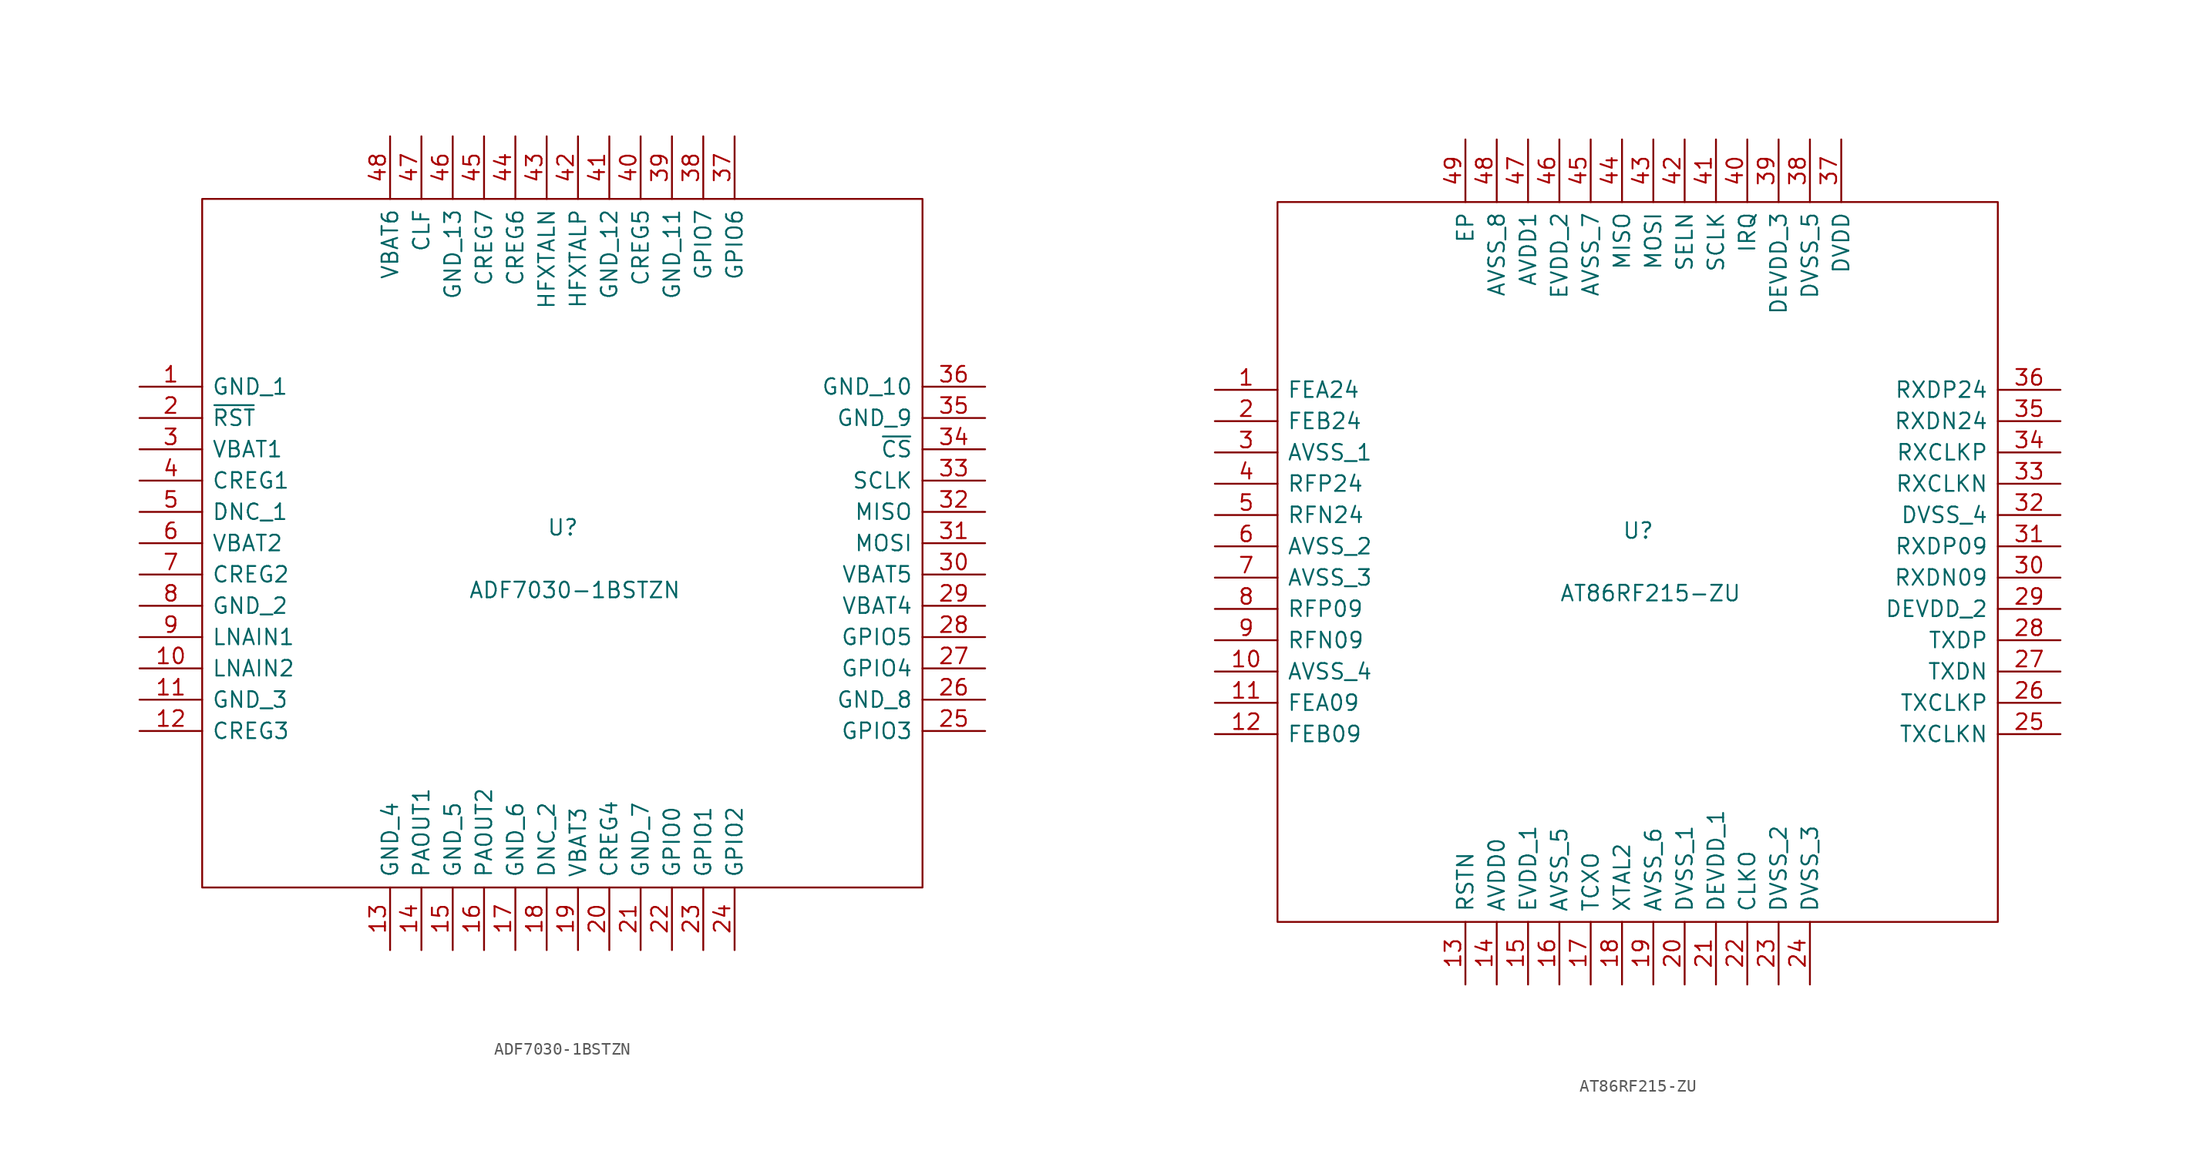
<source format=kicad_sym>
(kicad_symbol_lib
  (version 20211014)
  (generator kicad_symbol_editor)
  (symbol "ADF7030-1BSTZN"
    (pin_names
      (offset 0.762))
    (property "Reference" "U"
      (at -1.27 2.54 0)
      (effects (font (size 1.27 1.27)) (justify left)))
    (property "Value" "ADF7030-1BSTZN"
      (at -7.62 -2.54 0)
      (effects (font (size 1.27 1.27)) (justify left)))
    (symbol "ADF7030-1BSTZN_0_0"
      (pin passive line (at -34.29 13.97 0) (length 5.08) (name "GND_1" (effects (font (size 1.27 1.27)))) (number "1" (effects (font (size 1.27 1.27)))))
      (pin passive line (at -34.29 -8.89 0) (length 5.08) (name "LNAIN2" (effects (font (size 1.27 1.27)))) (number "10" (effects (font (size 1.27 1.27)))))
      (pin passive line (at -34.29 -11.43 0) (length 5.08) (name "GND_3" (effects (font (size 1.27 1.27)))) (number "11" (effects (font (size 1.27 1.27)))))
      (pin passive line (at -34.29 -13.97 0) (length 5.08) (name "CREG3" (effects (font (size 1.27 1.27)))) (number "12" (effects (font (size 1.27 1.27)))))
      (pin passive line (at -13.97 -31.75 90) (length 5.08) (name "GND_4" (effects (font (size 1.27 1.27)))) (number "13" (effects (font (size 1.27 1.27)))))
      (pin passive line (at -11.43 -31.75 90) (length 5.08) (name "PAOUT1" (effects (font (size 1.27 1.27)))) (number "14" (effects (font (size 1.27 1.27)))))
      (pin passive line (at -8.89 -31.75 90) (length 5.08) (name "GND_5" (effects (font (size 1.27 1.27)))) (number "15" (effects (font (size 1.27 1.27)))))
      (pin passive line (at -6.35 -31.75 90) (length 5.08) (name "PAOUT2" (effects (font (size 1.27 1.27)))) (number "16" (effects (font (size 1.27 1.27)))))
      (pin passive line (at -3.81 -31.75 90) (length 5.08) (name "GND_6" (effects (font (size 1.27 1.27)))) (number "17" (effects (font (size 1.27 1.27)))))
      (pin passive line (at -1.27 -31.75 90) (length 5.08) (name "DNC_2" (effects (font (size 1.27 1.27)))) (number "18" (effects (font (size 1.27 1.27)))))
      (pin passive line (at 1.27 -31.75 90) (length 5.08) (name "VBAT3" (effects (font (size 1.27 1.27)))) (number "19" (effects (font (size 1.27 1.27)))))
      (pin passive line (at -34.29 11.43 0) (length 5.08) (name "~{RST}" (effects (font (size 1.27 1.27)))) (number "2" (effects (font (size 1.27 1.27)))))
      (pin passive line (at 3.81 -31.75 90) (length 5.08) (name "CREG4" (effects (font (size 1.27 1.27)))) (number "20" (effects (font (size 1.27 1.27)))))
      (pin passive line (at 6.35 -31.75 90) (length 5.08) (name "GND_7" (effects (font (size 1.27 1.27)))) (number "21" (effects (font (size 1.27 1.27)))))
      (pin passive line (at 8.89 -31.75 90) (length 5.08) (name "GPIO0" (effects (font (size 1.27 1.27)))) (number "22" (effects (font (size 1.27 1.27)))))
      (pin passive line (at 11.43 -31.75 90) (length 5.08) (name "GPIO1" (effects (font (size 1.27 1.27)))) (number "23" (effects (font (size 1.27 1.27)))))
      (pin passive line (at 13.97 -31.75 90) (length 5.08) (name "GPIO2" (effects (font (size 1.27 1.27)))) (number "24" (effects (font (size 1.27 1.27)))))
      (pin passive line (at 34.29 -13.97 180) (length 5.08) (name "GPIO3" (effects (font (size 1.27 1.27)))) (number "25" (effects (font (size 1.27 1.27)))))
      (pin passive line (at 34.29 -11.43 180) (length 5.08) (name "GND_8" (effects (font (size 1.27 1.27)))) (number "26" (effects (font (size 1.27 1.27)))))
      (pin passive line (at 34.29 -8.89 180) (length 5.08) (name "GPIO4" (effects (font (size 1.27 1.27)))) (number "27" (effects (font (size 1.27 1.27)))))
      (pin passive line (at 34.29 -6.35 180) (length 5.08) (name "GPIO5" (effects (font (size 1.27 1.27)))) (number "28" (effects (font (size 1.27 1.27)))))
      (pin passive line (at 34.29 -3.81 180) (length 5.08) (name "VBAT4" (effects (font (size 1.27 1.27)))) (number "29" (effects (font (size 1.27 1.27)))))
      (pin passive line (at -34.29 8.89 0) (length 5.08) (name "VBAT1" (effects (font (size 1.27 1.27)))) (number "3" (effects (font (size 1.27 1.27)))))
      (pin passive line (at 34.29 -1.27 180) (length 5.08) (name "VBAT5" (effects (font (size 1.27 1.27)))) (number "30" (effects (font (size 1.27 1.27)))))
      (pin passive line (at 34.29 1.27 180) (length 5.08) (name "MOSI" (effects (font (size 1.27 1.27)))) (number "31" (effects (font (size 1.27 1.27)))))
      (pin passive line (at 34.29 3.81 180) (length 5.08) (name "MISO" (effects (font (size 1.27 1.27)))) (number "32" (effects (font (size 1.27 1.27)))))
      (pin passive line (at 34.29 6.35 180) (length 5.08) (name "SCLK" (effects (font (size 1.27 1.27)))) (number "33" (effects (font (size 1.27 1.27)))))
      (pin passive line (at 34.29 8.89 180) (length 5.08) (name "~{CS}" (effects (font (size 1.27 1.27)))) (number "34" (effects (font (size 1.27 1.27)))))
      (pin passive line (at 34.29 11.43 180) (length 5.08) (name "GND_9" (effects (font (size 1.27 1.27)))) (number "35" (effects (font (size 1.27 1.27)))))
      (pin passive line (at 34.29 13.97 180) (length 5.08) (name "GND_10" (effects (font (size 1.27 1.27)))) (number "36" (effects (font (size 1.27 1.27)))))
      (pin passive line (at 13.97 34.29 270) (length 5.08) (name "GPIO6" (effects (font (size 1.27 1.27)))) (number "37" (effects (font (size 1.27 1.27)))))
      (pin passive line (at 11.43 34.29 270) (length 5.08) (name "GPIO7" (effects (font (size 1.27 1.27)))) (number "38" (effects (font (size 1.27 1.27)))))
      (pin passive line (at 8.89 34.29 270) (length 5.08) (name "GND_11" (effects (font (size 1.27 1.27)))) (number "39" (effects (font (size 1.27 1.27)))))
      (pin passive line (at -34.29 6.35 0) (length 5.08) (name "CREG1" (effects (font (size 1.27 1.27)))) (number "4" (effects (font (size 1.27 1.27)))))
      (pin passive line (at 6.35 34.29 270) (length 5.08) (name "CREG5" (effects (font (size 1.27 1.27)))) (number "40" (effects (font (size 1.27 1.27)))))
      (pin passive line (at 3.81 34.29 270) (length 5.08) (name "GND_12" (effects (font (size 1.27 1.27)))) (number "41" (effects (font (size 1.27 1.27)))))
      (pin passive line (at 1.27 34.29 270) (length 5.08) (name "HFXTALP" (effects (font (size 1.27 1.27)))) (number "42" (effects (font (size 1.27 1.27)))))
      (pin passive line (at -1.27 34.29 270) (length 5.08) (name "HFXTALN" (effects (font (size 1.27 1.27)))) (number "43" (effects (font (size 1.27 1.27)))))
      (pin passive line (at -3.81 34.29 270) (length 5.08) (name "CREG6" (effects (font (size 1.27 1.27)))) (number "44" (effects (font (size 1.27 1.27)))))
      (pin passive line (at -6.35 34.29 270) (length 5.08) (name "CREG7" (effects (font (size 1.27 1.27)))) (number "45" (effects (font (size 1.27 1.27)))))
      (pin passive line (at -8.89 34.29 270) (length 5.08) (name "GND_13" (effects (font (size 1.27 1.27)))) (number "46" (effects (font (size 1.27 1.27)))))
      (pin passive line (at -11.43 34.29 270) (length 5.08) (name "CLF" (effects (font (size 1.27 1.27)))) (number "47" (effects (font (size 1.27 1.27)))))
      (pin passive line (at -13.97 34.29 270) (length 5.08) (name "VBAT6" (effects (font (size 1.27 1.27)))) (number "48" (effects (font (size 1.27 1.27)))))
      (pin passive line (at -34.29 3.81 0) (length 5.08) (name "DNC_1" (effects (font (size 1.27 1.27)))) (number "5" (effects (font (size 1.27 1.27)))))
      (pin passive line (at -34.29 1.27 0) (length 5.08) (name "VBAT2" (effects (font (size 1.27 1.27)))) (number "6" (effects (font (size 1.27 1.27)))))
      (pin passive line (at -34.29 -1.27 0) (length 5.08) (name "CREG2" (effects (font (size 1.27 1.27)))) (number "7" (effects (font (size 1.27 1.27)))))
      (pin passive line (at -34.29 -3.81 0) (length 5.08) (name "GND_2" (effects (font (size 1.27 1.27)))) (number "8" (effects (font (size 1.27 1.27)))))
      (pin passive line (at -34.29 -6.35 0) (length 5.08) (name "LNAIN1" (effects (font (size 1.27 1.27)))) (number "9" (effects (font (size 1.27 1.27))))))
    (symbol "ADF7030-1BSTZN_0_1"
      (polyline (pts (xy -29.21 29.21) (xy 29.21 29.21) (xy 29.21 -26.67) (xy -29.21 -26.67) (xy -29.21 29.21)) (stroke (width 0.152) (type default) (color 0 0 0 0)) (fill (type none)))))
  (symbol "AT86RF215-ZU"
    (pin_names
      (offset 0.762))
    (property "Reference" "U"
      (at -1.27 2.54 0)
      (effects (font (size 1.27 1.27)) (justify left)))
    (property "Value" "AT86RF215-ZU"
      (at -6.35 -2.54 0)
      (effects (font (size 1.27 1.27)) (justify left)))
    (symbol "AT86RF215-ZU_0_0"
      (pin passive line (at -34.29 13.97 0) (length 5.08) (name "FEA24" (effects (font (size 1.27 1.27)))) (number "1" (effects (font (size 1.27 1.27)))))
      (pin passive line (at -34.29 -8.89 0) (length 5.08) (name "AVSS_4" (effects (font (size 1.27 1.27)))) (number "10" (effects (font (size 1.27 1.27)))))
      (pin passive line (at -34.29 -11.43 0) (length 5.08) (name "FEA09" (effects (font (size 1.27 1.27)))) (number "11" (effects (font (size 1.27 1.27)))))
      (pin passive line (at -34.29 -13.97 0) (length 5.08) (name "FEB09" (effects (font (size 1.27 1.27)))) (number "12" (effects (font (size 1.27 1.27)))))
      (pin passive line (at -13.97 -34.29 90) (length 5.08) (name "RSTN" (effects (font (size 1.27 1.27)))) (number "13" (effects (font (size 1.27 1.27)))))
      (pin passive line (at -11.43 -34.29 90) (length 5.08) (name "AVDD0" (effects (font (size 1.27 1.27)))) (number "14" (effects (font (size 1.27 1.27)))))
      (pin passive line (at -8.89 -34.29 90) (length 5.08) (name "EVDD_1" (effects (font (size 1.27 1.27)))) (number "15" (effects (font (size 1.27 1.27)))))
      (pin passive line (at -6.35 -34.29 90) (length 5.08) (name "AVSS_5" (effects (font (size 1.27 1.27)))) (number "16" (effects (font (size 1.27 1.27)))))
      (pin passive line (at -3.81 -34.29 90) (length 5.08) (name "TCXO" (effects (font (size 1.27 1.27)))) (number "17" (effects (font (size 1.27 1.27)))))
      (pin passive line (at -1.27 -34.29 90) (length 5.08) (name "XTAL2" (effects (font (size 1.27 1.27)))) (number "18" (effects (font (size 1.27 1.27)))))
      (pin passive line (at 1.27 -34.29 90) (length 5.08) (name "AVSS_6" (effects (font (size 1.27 1.27)))) (number "19" (effects (font (size 1.27 1.27)))))
      (pin passive line (at -34.29 11.43 0) (length 5.08) (name "FEB24" (effects (font (size 1.27 1.27)))) (number "2" (effects (font (size 1.27 1.27)))))
      (pin passive line (at 3.81 -34.29 90) (length 5.08) (name "DVSS_1" (effects (font (size 1.27 1.27)))) (number "20" (effects (font (size 1.27 1.27)))))
      (pin passive line (at 6.35 -34.29 90) (length 5.08) (name "DEVDD_1" (effects (font (size 1.27 1.27)))) (number "21" (effects (font (size 1.27 1.27)))))
      (pin passive line (at 8.89 -34.29 90) (length 5.08) (name "CLKO" (effects (font (size 1.27 1.27)))) (number "22" (effects (font (size 1.27 1.27)))))
      (pin passive line (at 11.43 -34.29 90) (length 5.08) (name "DVSS_2" (effects (font (size 1.27 1.27)))) (number "23" (effects (font (size 1.27 1.27)))))
      (pin passive line (at 13.97 -34.29 90) (length 5.08) (name "DVSS_3" (effects (font (size 1.27 1.27)))) (number "24" (effects (font (size 1.27 1.27)))))
      (pin passive line (at 34.29 -13.97 180) (length 5.08) (name "TXCLKN" (effects (font (size 1.27 1.27)))) (number "25" (effects (font (size 1.27 1.27)))))
      (pin passive line (at 34.29 -11.43 180) (length 5.08) (name "TXCLKP" (effects (font (size 1.27 1.27)))) (number "26" (effects (font (size 1.27 1.27)))))
      (pin passive line (at 34.29 -8.89 180) (length 5.08) (name "TXDN" (effects (font (size 1.27 1.27)))) (number "27" (effects (font (size 1.27 1.27)))))
      (pin passive line (at 34.29 -6.35 180) (length 5.08) (name "TXDP" (effects (font (size 1.27 1.27)))) (number "28" (effects (font (size 1.27 1.27)))))
      (pin passive line (at 34.29 -3.81 180) (length 5.08) (name "DEVDD_2" (effects (font (size 1.27 1.27)))) (number "29" (effects (font (size 1.27 1.27)))))
      (pin passive line (at -34.29 8.89 0) (length 5.08) (name "AVSS_1" (effects (font (size 1.27 1.27)))) (number "3" (effects (font (size 1.27 1.27)))))
      (pin passive line (at 34.29 -1.27 180) (length 5.08) (name "RXDN09" (effects (font (size 1.27 1.27)))) (number "30" (effects (font (size 1.27 1.27)))))
      (pin passive line (at 34.29 1.27 180) (length 5.08) (name "RXDP09" (effects (font (size 1.27 1.27)))) (number "31" (effects (font (size 1.27 1.27)))))
      (pin passive line (at 34.29 3.81 180) (length 5.08) (name "DVSS_4" (effects (font (size 1.27 1.27)))) (number "32" (effects (font (size 1.27 1.27)))))
      (pin passive line (at 34.29 6.35 180) (length 5.08) (name "RXCLKN" (effects (font (size 1.27 1.27)))) (number "33" (effects (font (size 1.27 1.27)))))
      (pin passive line (at 34.29 8.89 180) (length 5.08) (name "RXCLKP" (effects (font (size 1.27 1.27)))) (number "34" (effects (font (size 1.27 1.27)))))
      (pin passive line (at 34.29 11.43 180) (length 5.08) (name "RXDN24" (effects (font (size 1.27 1.27)))) (number "35" (effects (font (size 1.27 1.27)))))
      (pin passive line (at 34.29 13.97 180) (length 5.08) (name "RXDP24" (effects (font (size 1.27 1.27)))) (number "36" (effects (font (size 1.27 1.27)))))
      (pin passive line (at 16.51 34.29 270) (length 5.08) (name "DVDD" (effects (font (size 1.27 1.27)))) (number "37" (effects (font (size 1.27 1.27)))))
      (pin passive line (at 13.97 34.29 270) (length 5.08) (name "DVSS_5" (effects (font (size 1.27 1.27)))) (number "38" (effects (font (size 1.27 1.27)))))
      (pin passive line (at 11.43 34.29 270) (length 5.08) (name "DEVDD_3" (effects (font (size 1.27 1.27)))) (number "39" (effects (font (size 1.27 1.27)))))
      (pin passive line (at -34.29 6.35 0) (length 5.08) (name "RFP24" (effects (font (size 1.27 1.27)))) (number "4" (effects (font (size 1.27 1.27)))))
      (pin passive line (at 8.89 34.29 270) (length 5.08) (name "IRQ" (effects (font (size 1.27 1.27)))) (number "40" (effects (font (size 1.27 1.27)))))
      (pin passive line (at 6.35 34.29 270) (length 5.08) (name "SCLK" (effects (font (size 1.27 1.27)))) (number "41" (effects (font (size 1.27 1.27)))))
      (pin passive line (at 3.81 34.29 270) (length 5.08) (name "SELN" (effects (font (size 1.27 1.27)))) (number "42" (effects (font (size 1.27 1.27)))))
      (pin passive line (at 1.27 34.29 270) (length 5.08) (name "MOSI" (effects (font (size 1.27 1.27)))) (number "43" (effects (font (size 1.27 1.27)))))
      (pin passive line (at -1.27 34.29 270) (length 5.08) (name "MISO" (effects (font (size 1.27 1.27)))) (number "44" (effects (font (size 1.27 1.27)))))
      (pin passive line (at -3.81 34.29 270) (length 5.08) (name "AVSS_7" (effects (font (size 1.27 1.27)))) (number "45" (effects (font (size 1.27 1.27)))))
      (pin passive line (at -6.35 34.29 270) (length 5.08) (name "EVDD_2" (effects (font (size 1.27 1.27)))) (number "46" (effects (font (size 1.27 1.27)))))
      (pin passive line (at -8.89 34.29 270) (length 5.08) (name "AVDD1" (effects (font (size 1.27 1.27)))) (number "47" (effects (font (size 1.27 1.27)))))
      (pin passive line (at -11.43 34.29 270) (length 5.08) (name "AVSS_8" (effects (font (size 1.27 1.27)))) (number "48" (effects (font (size 1.27 1.27)))))
      (pin passive line (at -13.97 34.29 270) (length 5.08) (name "EP" (effects (font (size 1.27 1.27)))) (number "49" (effects (font (size 1.27 1.27)))))
      (pin passive line (at -34.29 3.81 0) (length 5.08) (name "RFN24" (effects (font (size 1.27 1.27)))) (number "5" (effects (font (size 1.27 1.27)))))
      (pin passive line (at -34.29 1.27 0) (length 5.08) (name "AVSS_2" (effects (font (size 1.27 1.27)))) (number "6" (effects (font (size 1.27 1.27)))))
      (pin passive line (at -34.29 -1.27 0) (length 5.08) (name "AVSS_3" (effects (font (size 1.27 1.27)))) (number "7" (effects (font (size 1.27 1.27)))))
      (pin passive line (at -34.29 -3.81 0) (length 5.08) (name "RFP09" (effects (font (size 1.27 1.27)))) (number "8" (effects (font (size 1.27 1.27)))))
      (pin passive line (at -34.29 -6.35 0) (length 5.08) (name "RFN09" (effects (font (size 1.27 1.27)))) (number "9" (effects (font (size 1.27 1.27))))))
    (symbol "AT86RF215-ZU_0_1"
      (polyline (pts (xy -29.21 29.21) (xy 29.21 29.21) (xy 29.21 -29.21) (xy -29.21 -29.21) (xy -29.21 29.21)) (stroke (width 0.152) (type default) (color 0 0 0 0)) (fill (type none))))))
</source>
